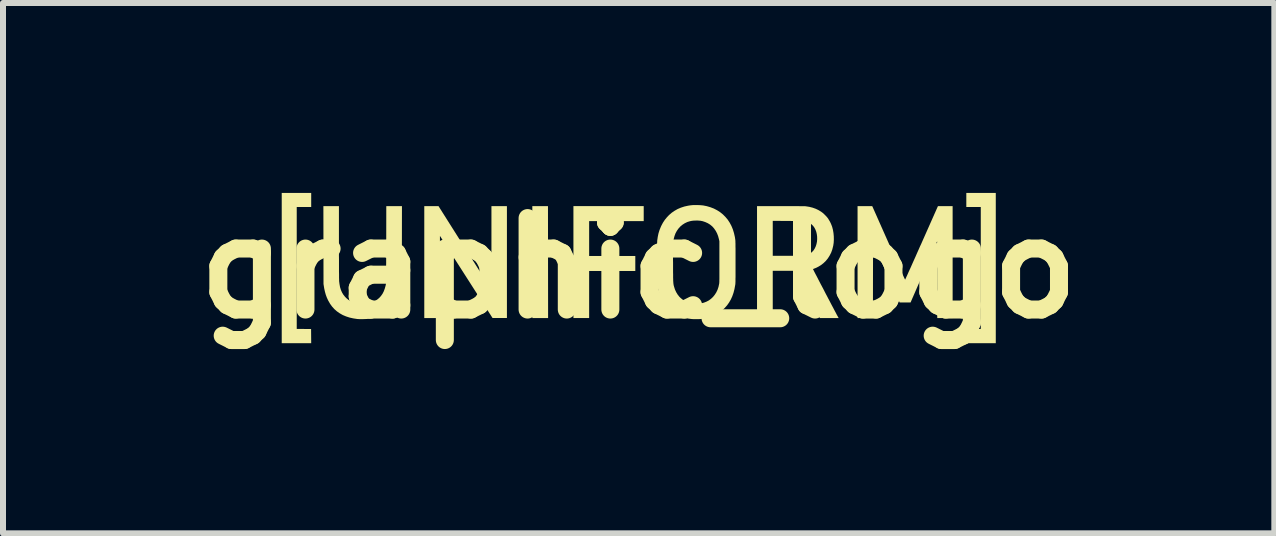
<source format=kicad_pcb>
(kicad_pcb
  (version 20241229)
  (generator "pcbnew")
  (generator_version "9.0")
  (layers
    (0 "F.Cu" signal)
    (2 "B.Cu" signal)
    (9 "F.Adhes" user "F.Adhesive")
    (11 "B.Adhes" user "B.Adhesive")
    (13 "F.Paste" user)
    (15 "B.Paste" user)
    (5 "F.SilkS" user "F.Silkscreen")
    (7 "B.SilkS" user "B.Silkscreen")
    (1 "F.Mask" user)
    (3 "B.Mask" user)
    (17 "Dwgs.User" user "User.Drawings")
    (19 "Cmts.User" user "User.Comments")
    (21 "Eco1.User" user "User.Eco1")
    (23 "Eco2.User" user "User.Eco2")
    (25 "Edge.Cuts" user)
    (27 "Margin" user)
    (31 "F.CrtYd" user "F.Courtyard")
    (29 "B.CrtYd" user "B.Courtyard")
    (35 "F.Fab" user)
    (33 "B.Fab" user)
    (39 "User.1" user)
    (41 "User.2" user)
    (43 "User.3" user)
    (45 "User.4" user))
  (footprint "graphic_logo"
    (layer "F.Cu")
    (at 7.591 1.418)
    (property "Reference" "graphic_logo" (at 0 0 0) (layer "F.SilkS") (effects (font (size 1.524 1.524) (thickness 0.3))))
    (attr board_only exclude_from_pos_files exclude_from_bom)
    (fp_poly (pts (xy -1.641 -1.034) (xy -1.511 -1.033) (xy -1.51 -0.101) (xy -1.509 0.831) (xy -1.772 0.831) (xy -1.772 -1.034)) (stroke (width 0) (type solid)) (fill yes) (layer "F.SilkS"))
    (fp_poly (pts (xy -5.456 -1.019) (xy -5.697 -1.019) (xy -5.697 1.012) (xy -5.577 1.013) (xy -5.458 1.014) (xy -5.456 1.25) (xy -5.947 1.25) (xy -5.947 -1.253) (xy -5.456 -1.253)) (stroke (width 0) (type solid)) (fill yes) (layer "F.SilkS"))
    (fp_poly (pts (xy 5.95 1.25) (xy 5.459 1.25) (xy 5.461 1.014) (xy 5.58 1.013) (xy 5.7 1.012) (xy 5.7 -1.019) (xy 5.459 -1.019) (xy 5.459 -1.253) (xy 5.95 -1.253)) (stroke (width 0) (type solid)) (fill yes) (layer "F.SilkS"))
    (fp_poly (pts (xy 0.084 -0.784) (xy -0.825 -0.784) (xy -0.825 -0.203) (xy -0.056 -0.203) (xy -0.056 0.047) (xy -0.825 0.047) (xy -0.825 0.831) (xy -1.087 0.831) (xy -1.087 -1.034) (xy 0.084 -1.034)) (stroke (width 0) (type solid)) (fill yes) (layer "F.SilkS"))
    (fp_poly (pts (xy -2.195 -1.033) (xy -2.195 0.83) (xy -2.435 0.83) (xy -2.873 0.146) (xy -3.311 -0.538) (xy -3.312 0.147) (xy -3.313 0.831) (xy -3.572 0.831) (xy -3.572 -1.034) (xy -3.454 -1.034) (xy -3.335 -1.034) (xy -2.899 -0.344) (xy -2.861 -0.284) (xy -2.823 -0.225) (xy -2.787 -0.168) (xy -2.752 -0.113) (xy -2.718 -0.059) (xy -2.686 -0.008) (xy -2.655 0.041) (xy -2.626 0.087) (xy -2.599 0.13) (xy -2.574 0.17) (xy -2.55 0.206) (xy -2.529 0.239) (xy -2.511 0.268) (xy -2.495 0.294) (xy -2.481 0.315) (xy -2.471 0.331) (xy -2.463 0.343) (xy -2.459 0.35) (xy -2.458 0.352) (xy -2.457 0.352) (xy -2.457 0.35) (xy -2.456 0.347) (xy -2.456 0.341) (xy -2.456 0.333) (xy -2.455 0.322) (xy -2.455 0.309) (xy -2.455 0.293) (xy -2.454 0.273) (xy -2.454 0.25) (xy -2.454 0.224) (xy -2.454 0.193) (xy -2.454 0.158) (xy -2.454 0.119) (xy -2.454 0.076) (xy -2.453 0.028) (xy -2.453 -0.026) (xy -2.453 -0.084) (xy -2.453 -0.148) (xy -2.453 -0.218) (xy -2.453 -0.294) (xy -2.453 -0.338) (xy -2.453 -1.034)) (stroke (width 0) (type solid)) (fill yes) (layer "F.SilkS"))
    (fp_poly (pts (xy 5.231 0.831) (xy 4.975 0.831) (xy 4.974 0.192) (xy 4.973 -0.447) (xy 4.752 0.062) (xy 4.53 0.572) (xy 4.348 0.572) (xy 3.905 -0.422) (xy 3.904 0.205) (xy 3.903 0.831) (xy 3.647 0.831) (xy 3.647 -1.034) (xy 3.769 -1.034) (xy 3.892 -1.033) (xy 4.164 -0.42) (xy 4.19 -0.362) (xy 4.216 -0.304) (xy 4.24 -0.249) (xy 4.264 -0.196) (xy 4.287 -0.145) (xy 4.309 -0.096) (xy 4.329 -0.051) (xy 4.348 -0.008) (xy 4.366 0.031) (xy 4.382 0.067) (xy 4.396 0.098) (xy 4.408 0.126) (xy 4.419 0.149) (xy 4.427 0.167) (xy 4.434 0.181) (xy 4.438 0.189) (xy 4.439 0.192) (xy 4.439 0.192) (xy 4.441 0.189) (xy 4.444 0.181) (xy 4.451 0.168) (xy 4.459 0.149) (xy 4.47 0.126) (xy 4.482 0.099) (xy 4.496 0.067) (xy 4.512 0.032) (xy 4.53 -0.007) (xy 4.549 -0.05) (xy 4.569 -0.095) (xy 4.591 -0.144) (xy 4.614 -0.195) (xy 4.637 -0.248) (xy 4.662 -0.304) (xy 4.687 -0.361) (xy 4.714 -0.419) (xy 4.714 -0.42) (xy 4.986 -1.033) (xy 5.109 -1.034) (xy 5.231 -1.034)) (stroke (width 0) (type solid)) (fill yes) (layer "F.SilkS"))
    (fp_poly (pts (xy -3.945 -0.39) (xy -3.945 -0.31) (xy -3.945 -0.236) (xy -3.945 -0.168) (xy -3.945 -0.106) (xy -3.945 -0.049) (xy -3.946 0.003) (xy -3.946 0.049) (xy -3.946 0.091) (xy -3.946 0.128) (xy -3.947 0.161) (xy -3.947 0.189) (xy -3.947 0.213) (xy -3.948 0.233) (xy -3.948 0.25) (xy -3.948 0.263) (xy -3.949 0.273) (xy -3.949 0.28) (xy -3.95 0.283) (xy -3.962 0.353) (xy -3.978 0.418) (xy -3.998 0.479) (xy -4.023 0.536) (xy -4.052 0.587) (xy -4.086 0.635) (xy -4.123 0.677) (xy -4.165 0.715) (xy -4.211 0.749) (xy -4.261 0.777) (xy -4.315 0.802) (xy -4.374 0.821) (xy -4.436 0.836) (xy -4.466 0.841) (xy -4.485 0.843) (xy -4.509 0.845) (xy -4.536 0.847) (xy -4.565 0.848) (xy -4.594 0.849) (xy -4.623 0.849) (xy -4.649 0.849) (xy -4.672 0.848) (xy -4.688 0.847) (xy -4.754 0.837) (xy -4.817 0.823) (xy -4.875 0.804) (xy -4.93 0.781) (xy -4.981 0.752) (xy -5.027 0.72) (xy -5.07 0.682) (xy -5.108 0.64) (xy -5.142 0.593) (xy -5.171 0.542) (xy -5.175 0.535) (xy -5.196 0.489) (xy -5.213 0.443) (xy -5.227 0.393) (xy -5.239 0.339) (xy -5.244 0.308) (xy -5.251 0.264) (xy -5.252 -0.385) (xy -5.253 -1.034) (xy -4.994 -1.034) (xy -4.994 -0.43) (xy -4.994 -0.354) (xy -4.994 -0.281) (xy -4.994 -0.212) (xy -4.993 -0.148) (xy -4.993 -0.089) (xy -4.993 -0.034) (xy -4.993 0.016) (xy -4.993 0.06) (xy -4.992 0.1) (xy -4.992 0.134) (xy -4.992 0.162) (xy -4.991 0.185) (xy -4.991 0.202) (xy -4.991 0.212) (xy -4.991 0.215) (xy -4.984 0.269) (xy -4.975 0.318) (xy -4.961 0.363) (xy -4.943 0.404) (xy -4.921 0.441) (xy -4.894 0.475) (xy -4.87 0.5) (xy -4.838 0.526) (xy -4.804 0.547) (xy -4.766 0.564) (xy -4.725 0.577) (xy -4.68 0.586) (xy -4.641 0.591) (xy -4.593 0.593) (xy -4.545 0.59) (xy -4.499 0.583) (xy -4.455 0.572) (xy -4.415 0.557) (xy -4.394 0.547) (xy -4.356 0.523) (xy -4.323 0.496) (xy -4.294 0.464) (xy -4.268 0.427) (xy -4.247 0.386) (xy -4.23 0.34) (xy -4.216 0.29) (xy -4.214 0.278) (xy -4.213 0.275) (xy -4.212 0.271) (xy -4.212 0.266) (xy -4.211 0.26) (xy -4.211 0.252) (xy -4.21 0.243) (xy -4.21 0.232) (xy -4.21 0.219) (xy -4.209 0.204) (xy -4.209 0.186) (xy -4.209 0.164) (xy -4.209 0.14) (xy -4.208 0.112) (xy -4.208 0.081) (xy -4.208 0.045) (xy -4.208 0.005) (xy -4.208 -0.039) (xy -4.207 -0.088) (xy -4.207 -0.142) (xy -4.207 -0.201) (xy -4.207 -0.266) (xy -4.207 -0.337) (xy -4.206 -0.391) (xy -4.205 -1.033) (xy -4.074 -1.034) (xy -3.944 -1.034)) (stroke (width 0) (type solid)) (fill yes) (layer "F.SilkS"))
    (fp_poly (pts (xy 2.429 -1.034) (xy 2.489 -1.034) (xy 2.545 -1.034) (xy 2.595 -1.034) (xy 2.639 -1.034) (xy 2.678 -1.033) (xy 2.711 -1.033) (xy 2.738 -1.033) (xy 2.759 -1.032) (xy 2.774 -1.032) (xy 2.783 -1.031) (xy 2.784 -1.031) (xy 2.842 -1.022) (xy 2.898 -1.008) (xy 2.951 -0.989) (xy 3 -0.965) (xy 3.046 -0.937) (xy 3.046 -0.936) (xy 3.068 -0.92) (xy 3.091 -0.899) (xy 3.114 -0.876) (xy 3.135 -0.853) (xy 3.153 -0.831) (xy 3.156 -0.827) (xy 3.169 -0.805) (xy 3.184 -0.78) (xy 3.198 -0.753) (xy 3.21 -0.725) (xy 3.22 -0.699) (xy 3.224 -0.688) (xy 3.237 -0.638) (xy 3.246 -0.585) (xy 3.251 -0.53) (xy 3.252 -0.475) (xy 3.249 -0.421) (xy 3.241 -0.369) (xy 3.24 -0.367) (xy 3.226 -0.311) (xy 3.207 -0.259) (xy 3.182 -0.21) (xy 3.153 -0.164) (xy 3.119 -0.122) (xy 3.081 -0.085) (xy 3.039 -0.052) (xy 2.993 -0.024) (xy 2.943 -0.000099) (xy 2.934 0.003) (xy 2.922 0.008) (xy 2.912 0.012) (xy 2.906 0.015) (xy 2.905 0.016) (xy 2.906 0.019) (xy 2.91 0.027) (xy 2.917 0.04) (xy 2.925 0.057) (xy 2.936 0.078) (xy 2.949 0.103) (xy 2.964 0.131) (xy 2.98 0.162) (xy 2.997 0.196) (xy 3.016 0.232) (xy 3.035 0.269) (xy 3.056 0.308) (xy 3.077 0.348) (xy 3.098 0.389) (xy 3.119 0.43) (xy 3.141 0.471) (xy 3.162 0.512) (xy 3.183 0.551) (xy 3.203 0.59) (xy 3.222 0.626) (xy 3.241 0.661) (xy 3.258 0.694) (xy 3.274 0.724) (xy 3.288 0.75) (xy 3.3 0.774) (xy 3.311 0.793) (xy 3.319 0.808) (xy 3.321 0.812) (xy 3.332 0.831) (xy 3.176 0.831) (xy 3.02 0.831) (xy 2.822 0.437) (xy 2.623 0.044) (xy 2.429 0.044) (xy 2.234 0.044) (xy 2.234 0.831) (xy 1.972 0.831) (xy 1.972 -0.788) (xy 2.234 -0.788) (xy 2.234 -0.206) (xy 2.491 -0.206) (xy 2.538 -0.206) (xy 2.578 -0.206) (xy 2.613 -0.206) (xy 2.644 -0.206) (xy 2.669 -0.207) (xy 2.691 -0.207) (xy 2.709 -0.207) (xy 2.724 -0.207) (xy 2.737 -0.208) (xy 2.747 -0.208) (xy 2.755 -0.209) (xy 2.762 -0.21) (xy 2.768 -0.211) (xy 2.774 -0.212) (xy 2.778 -0.212) (xy 2.812 -0.222) (xy 2.845 -0.238) (xy 2.875 -0.258) (xy 2.901 -0.282) (xy 2.914 -0.297) (xy 2.935 -0.33) (xy 2.951 -0.365) (xy 2.963 -0.403) (xy 2.971 -0.444) (xy 2.974 -0.485) (xy 2.973 -0.526) (xy 2.968 -0.567) (xy 2.959 -0.606) (xy 2.945 -0.643) (xy 2.927 -0.677) (xy 2.907 -0.704) (xy 2.882 -0.729) (xy 2.852 -0.75) (xy 2.82 -0.767) (xy 2.785 -0.779) (xy 2.783 -0.78) (xy 2.778 -0.781) (xy 2.774 -0.782) (xy 2.768 -0.783) (xy 2.76 -0.783) (xy 2.751 -0.784) (xy 2.739 -0.784) (xy 2.725 -0.785) (xy 2.708 -0.785) (xy 2.687 -0.785) (xy 2.662 -0.786) (xy 2.632 -0.786) (xy 2.598 -0.786) (xy 2.558 -0.786) (xy 2.513 -0.787) (xy 2.498 -0.787) (xy 2.234 -0.788) (xy 1.972 -0.788) (xy 1.972 -1.034) (xy 2.363 -1.034)) (stroke (width 0) (type solid)) (fill yes) (layer "F.SilkS"))
    (fp_poly (pts (xy 0.991 -1.051) (xy 1.019 -1.05) (xy 1.044 -1.048) (xy 1.065 -1.046) (xy 1.07 -1.046) (xy 1.135 -1.033) (xy 1.196 -1.015) (xy 1.253 -0.993) (xy 1.307 -0.965) (xy 1.357 -0.933) (xy 1.403 -0.896) (xy 1.445 -0.854) (xy 1.483 -0.809) (xy 1.516 -0.759) (xy 1.545 -0.705) (xy 1.569 -0.647) (xy 1.588 -0.585) (xy 1.603 -0.519) (xy 1.61 -0.472) (xy 1.611 -0.465) (xy 1.611 -0.455) (xy 1.612 -0.443) (xy 1.612 -0.428) (xy 1.613 -0.409) (xy 1.613 -0.386) (xy 1.613 -0.359) (xy 1.614 -0.328) (xy 1.614 -0.292) (xy 1.614 -0.251) (xy 1.614 -0.205) (xy 1.614 -0.153) (xy 1.614 -0.097) (xy 1.614 -0.043) (xy 1.614 0.006) (xy 1.614 0.048) (xy 1.614 0.086) (xy 1.614 0.119) (xy 1.614 0.148) (xy 1.613 0.172) (xy 1.613 0.193) (xy 1.613 0.211) (xy 1.613 0.227) (xy 1.612 0.239) (xy 1.612 0.25) (xy 1.611 0.259) (xy 1.61 0.267) (xy 1.61 0.274) (xy 1.609 0.28) (xy 1.608 0.283) (xy 1.596 0.349) (xy 1.58 0.411) (xy 1.56 0.468) (xy 1.536 0.521) (xy 1.507 0.571) (xy 1.474 0.618) (xy 1.436 0.661) (xy 1.425 0.672) (xy 1.38 0.712) (xy 1.332 0.748) (xy 1.28 0.778) (xy 1.225 0.803) (xy 1.166 0.823) (xy 1.104 0.837) (xy 1.04 0.847) (xy 1.039 0.847) (xy 1.024 0.848) (xy 1.004 0.849) (xy 0.982 0.849) (xy 0.958 0.849) (xy 0.935 0.849) (xy 0.914 0.849) (xy 0.896 0.848) (xy 0.889 0.848) (xy 0.827 0.84) (xy 0.766 0.826) (xy 0.708 0.807) (xy 0.652 0.783) (xy 0.599 0.755) (xy 0.551 0.722) (xy 0.545 0.717) (xy 0.529 0.703) (xy 0.51 0.686) (xy 0.49 0.666) (xy 0.47 0.645) (xy 0.453 0.625) (xy 0.438 0.607) (xy 0.434 0.601) (xy 0.4 0.549) (xy 0.372 0.494) (xy 0.348 0.435) (xy 0.33 0.374) (xy 0.324 0.347) (xy 0.321 0.335) (xy 0.319 0.323) (xy 0.317 0.311) (xy 0.315 0.3) (xy 0.313 0.288) (xy 0.312 0.276) (xy 0.31 0.262) (xy 0.309 0.247) (xy 0.309 0.23) (xy 0.308 0.21) (xy 0.307 0.188) (xy 0.307 0.162) (xy 0.307 0.132) (xy 0.307 0.099) (xy 0.306 0.061) (xy 0.306 0.018) (xy 0.306 -0.03) (xy 0.306 -0.084) (xy 0.306 -0.1) (xy 0.306 -0.151) (xy 0.306 -0.199) (xy 0.307 -0.236) (xy 0.572 -0.236) (xy 0.572 -0.193) (xy 0.572 -0.145) (xy 0.573 -0.092) (xy 0.573 -0.072) (xy 0.573 -0.02) (xy 0.573 0.026) (xy 0.573 0.067) (xy 0.574 0.102) (xy 0.574 0.133) (xy 0.574 0.16) (xy 0.575 0.183) (xy 0.575 0.203) (xy 0.576 0.22) (xy 0.577 0.235) (xy 0.578 0.247) (xy 0.579 0.258) (xy 0.58 0.267) (xy 0.582 0.276) (xy 0.583 0.284) (xy 0.585 0.292) (xy 0.588 0.301) (xy 0.589 0.306) (xy 0.604 0.354) (xy 0.624 0.398) (xy 0.648 0.438) (xy 0.676 0.474) (xy 0.696 0.494) (xy 0.731 0.523) (xy 0.77 0.547) (xy 0.813 0.567) (xy 0.857 0.581) (xy 0.904 0.589) (xy 0.953 0.593) (xy 1.003 0.591) (xy 1.04 0.586) (xy 1.086 0.575) (xy 1.13 0.558) (xy 1.17 0.537) (xy 1.206 0.51) (xy 1.239 0.479) (xy 1.268 0.443) (xy 1.293 0.404) (xy 1.314 0.36) (xy 1.33 0.312) (xy 1.339 0.27) (xy 1.34 0.265) (xy 1.341 0.26) (xy 1.342 0.254) (xy 1.343 0.247) (xy 1.343 0.238) (xy 1.344 0.228) (xy 1.344 0.216) (xy 1.344 0.201) (xy 1.345 0.183) (xy 1.345 0.162) (xy 1.345 0.138) (xy 1.345 0.109) (xy 1.345 0.076) (xy 1.345 0.038) (xy 1.345 -0.005) (xy 1.345 -0.053) (xy 1.345 -0.105) (xy 1.345 -0.448) (xy 1.338 -0.481) (xy 1.324 -0.533) (xy 1.306 -0.58) (xy 1.283 -0.623) (xy 1.256 -0.662) (xy 1.226 -0.696) (xy 1.191 -0.725) (xy 1.152 -0.749) (xy 1.11 -0.768) (xy 1.065 -0.783) (xy 1.03 -0.79) (xy 1.005 -0.792) (xy 0.976 -0.794) (xy 0.946 -0.793) (xy 0.916 -0.792) (xy 0.887 -0.789) (xy 0.863 -0.784) (xy 0.857 -0.783) (xy 0.811 -0.769) (xy 0.769 -0.749) (xy 0.73 -0.724) (xy 0.695 -0.695) (xy 0.664 -0.661) (xy 0.637 -0.623) (xy 0.614 -0.581) (xy 0.597 -0.535) (xy 0.585 -0.49) (xy 0.583 -0.48) (xy 0.581 -0.47) (xy 0.579 -0.459) (xy 0.578 -0.447) (xy 0.576 -0.434) (xy 0.575 -0.42) (xy 0.575 -0.403) (xy 0.574 -0.384) (xy 0.573 -0.361) (xy 0.573 -0.336) (xy 0.573 -0.307) (xy 0.572 -0.274) (xy 0.572 -0.236) (xy 0.307 -0.236) (xy 0.307 -0.245) (xy 0.307 -0.287) (xy 0.307 -0.325) (xy 0.307 -0.36) (xy 0.308 -0.39) (xy 0.308 -0.415) (xy 0.308 -0.435) (xy 0.309 -0.45) (xy 0.309 -0.458) (xy 0.309 -0.459) (xy 0.318 -0.521) (xy 0.33 -0.579) (xy 0.347 -0.634) (xy 0.369 -0.688) (xy 0.377 -0.706) (xy 0.404 -0.757) (xy 0.435 -0.804) (xy 0.47 -0.847) (xy 0.506 -0.885) (xy 0.55 -0.923) (xy 0.598 -0.956) (xy 0.649 -0.985) (xy 0.703 -1.008) (xy 0.761 -1.027) (xy 0.824 -1.041) (xy 0.863 -1.047) (xy 0.882 -1.049) (xy 0.905 -1.051) (xy 0.933 -1.051) (xy 0.961 -1.051)) (stroke (width 0) (type solid)) (fill yes) (layer "F.SilkS")))
  (gr_rect
    (start -3 -3)
    (end 18.182 5.836)
    (stroke (width 0.1) (type default))
    (fill no)
    (layer "Edge.Cuts")))
</source>
